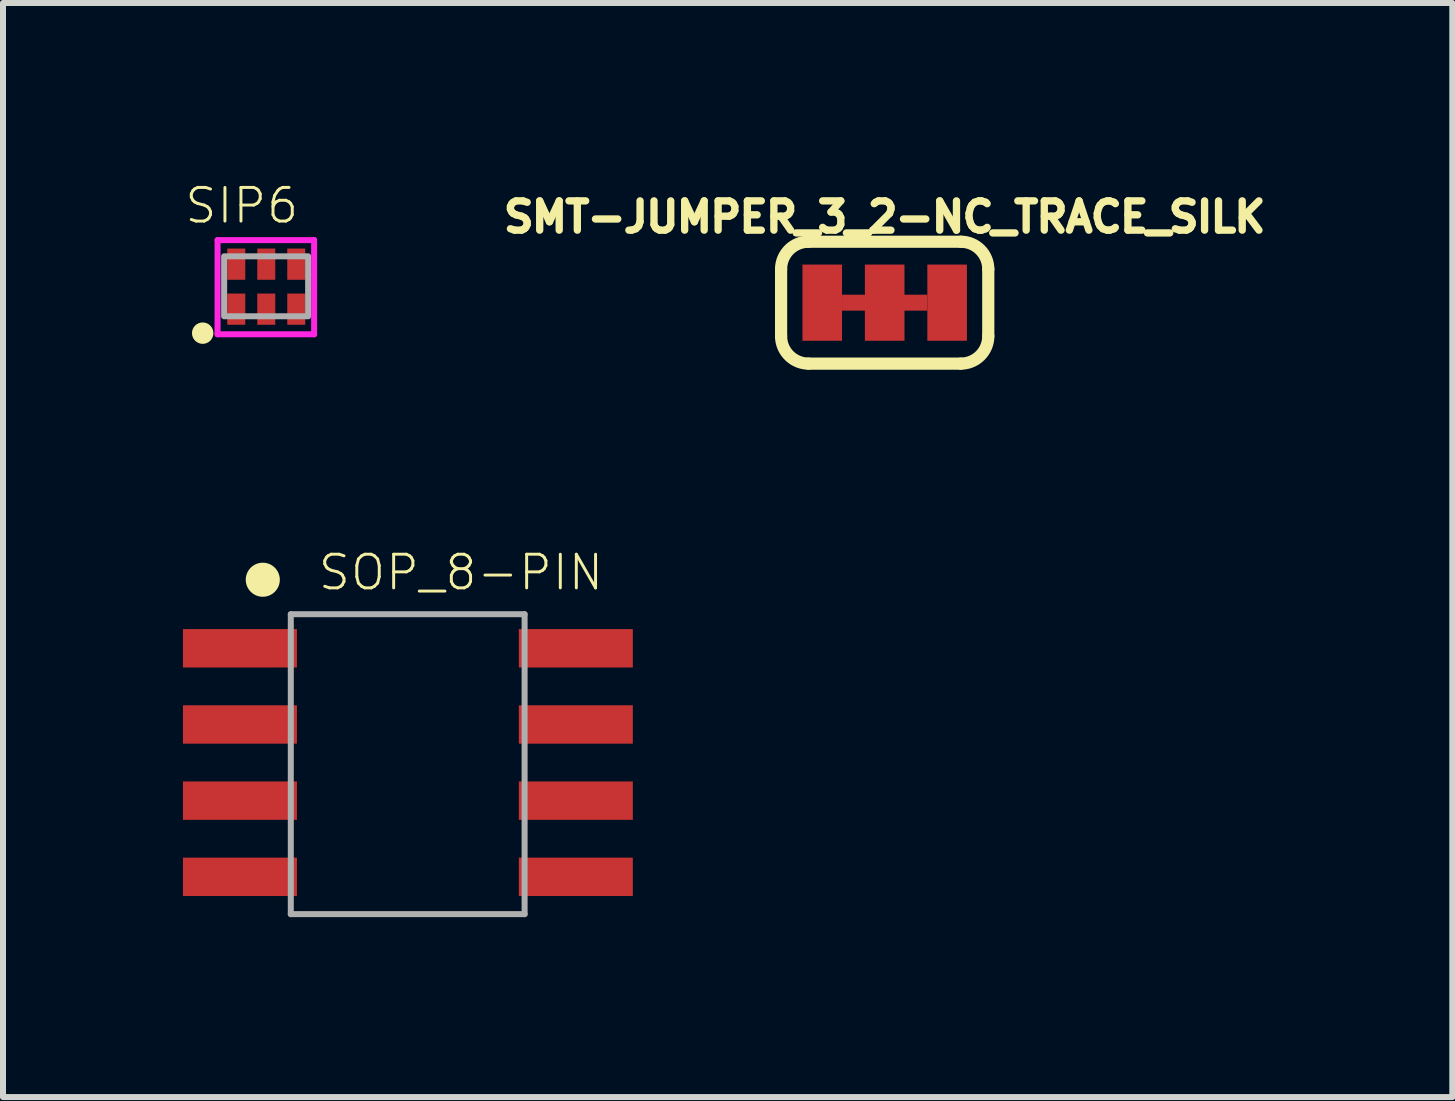
<source format=kicad_pcb>
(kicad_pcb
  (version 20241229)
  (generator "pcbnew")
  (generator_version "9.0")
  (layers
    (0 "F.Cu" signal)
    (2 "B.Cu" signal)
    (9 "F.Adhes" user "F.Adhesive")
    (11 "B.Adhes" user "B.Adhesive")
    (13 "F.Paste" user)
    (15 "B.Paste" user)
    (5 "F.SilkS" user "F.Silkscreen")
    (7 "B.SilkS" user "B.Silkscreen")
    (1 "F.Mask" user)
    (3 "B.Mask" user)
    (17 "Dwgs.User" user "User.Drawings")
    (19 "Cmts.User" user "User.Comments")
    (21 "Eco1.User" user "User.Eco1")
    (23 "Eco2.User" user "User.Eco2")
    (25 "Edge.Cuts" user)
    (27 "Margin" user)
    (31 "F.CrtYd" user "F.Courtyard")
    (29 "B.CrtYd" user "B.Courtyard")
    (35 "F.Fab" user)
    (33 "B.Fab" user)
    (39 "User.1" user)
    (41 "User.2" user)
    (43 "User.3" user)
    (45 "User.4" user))
  (footprint "SOP_8-PIN"
    (layer "F.Cu")
    (at 3.871 9.79)
    (property "Reference" "SOP_8-PIN" (at -1.646 -2.968 0) (layer "F.SilkS") (effects (font (size 0.561 0.561) (thickness 0.049)) (justify left bottom)))
    (fp_circle (center -2.54 -3.175) (end -2.398 -3.175) (stroke (width 0.284) (type solid)) (fill yes) (layer "F.SilkS"))
    (fp_line (start -2.073 -2.6) (end -2.073 2.4) (stroke (width 0.1) (type solid)) (layer "F.Fab"))
    (fp_line (start -2.073 2.4) (end 1.825 2.4) (stroke (width 0.1) (type solid)) (layer "F.Fab"))
    (fp_line (start 1.825 -2.6) (end -2.073 -2.6) (stroke (width 0.1) (type solid)) (layer "F.Fab"))
    (fp_line (start 1.825 2.4) (end 1.825 -2.6) (stroke (width 0.1) (type solid)) (layer "F.Fab"))
    (pad "P1" smd rect (at -2.921 -2.032) (size 1.9 0.64) (layers "F.Cu" "F.Mask" "F.Paste"))
    (pad "P2" smd rect (at -2.921 -0.762) (size 1.9 0.64) (layers "F.Cu" "F.Mask" "F.Paste"))
    (pad "P3" smd rect (at -2.921 0.508) (size 1.9 0.64) (layers "F.Cu" "F.Mask" "F.Paste"))
    (pad "P4" smd rect (at -2.921 1.778) (size 1.9 0.64) (layers "F.Cu" "F.Mask" "F.Paste"))
    (pad "P5" smd rect (at 2.679 1.778) (size 1.9 0.64) (layers "F.Cu" "F.Mask" "F.Paste"))
    (pad "P6" smd rect (at 2.679 0.508) (size 1.9 0.64) (layers "F.Cu" "F.Mask" "F.Paste"))
    (pad "P7" smd rect (at 2.679 -0.762) (size 1.9 0.64) (layers "F.Cu" "F.Mask" "F.Paste"))
    (pad "P8" smd rect (at 2.679 -2.032) (size 1.9 0.64) (layers "F.Cu" "F.Mask" "F.Paste")))
  (footprint "SMT-JUMPER_3_2-NC_TRACE_SILK"
    (layer "F.Cu")
    (at 11.699 1.996)
    (property "Reference" "SMT-JUMPER_3_2-NC_TRACE_SILK" (at 0 -1.143 0) (layer "F.SilkS") (effects (font (size 0.488 0.488) (thickness 0.122)) (justify bottom)))
    (fp_poly (pts (xy 0.711 0.133) (xy -0.711 0.133) (xy -0.711 -0.133) (xy 0.711 -0.133)) (stroke (width 0) (type solid)) (fill yes) (layer "F.Cu"))
    (fp_poly (pts (xy -0.254 0.191) (xy -0.762 0.191) (xy -0.762 -0.191) (xy -0.254 -0.191)) (stroke (width 0) (type solid)) (fill yes) (layer "F.Mask"))
    (fp_poly (pts (xy 0.762 0.191) (xy 0.254 0.191) (xy 0.254 -0.191) (xy 0.762 -0.191)) (stroke (width 0) (type solid)) (fill yes) (layer "F.Mask"))
    (fp_line (start -1.727 0.559) (end -1.727 -0.559) (stroke (width 0.203) (type solid)) (layer "F.SilkS"))
    (fp_line (start -1.27 -1.016) (end 1.27 -1.016) (stroke (width 0.203) (type solid)) (layer "F.SilkS"))
    (fp_line (start 1.27 1.016) (end -1.27 1.016) (stroke (width 0.203) (type solid)) (layer "F.SilkS"))
    (fp_line (start 1.727 0.559) (end 1.727 -0.559) (stroke (width 0.203) (type solid)) (layer "F.SilkS"))
    (fp_arc (start -1.7272 -0.5588) (mid -1.593289 -0.882089) (end -1.27 -1.016) (stroke (width 0.2032) (type solid)) (layer "F.SilkS"))
    (fp_arc (start -1.27 1.016) (mid -1.593289 0.882089) (end -1.7272 0.5588) (stroke (width 0.2032) (type solid)) (layer "F.SilkS"))
    (fp_arc (start 1.27 -1.016) (mid 1.593289 -0.882089) (end 1.7272 -0.5588) (stroke (width 0.2032) (type solid)) (layer "F.SilkS"))
    (fp_arc (start 1.7272 0.5588) (mid 1.593289 0.882089) (end 1.27 1.016) (stroke (width 0.2032) (type solid)) (layer "F.SilkS"))
    (pad "1" smd rect (at -1.041 0) (size 0.66 1.27) (layers "F.Cu" "F.Mask"))
    (pad "2" smd rect (at 0 0) (size 0.66 1.27) (layers "F.Cu" "F.Mask"))
    (pad "3" smd rect (at 1.041 0) (size 0.66 1.27) (layers "F.Cu" "F.Mask")))
  (footprint "SIP6"
    (layer "F.Cu")
    (at 1.397 1.723)
    (property "Reference" "SIP6" (at -1.397 -1.016 0) (layer "F.SilkS") (effects (font (size 0.561 0.561) (thickness 0.049)) (justify left bottom)))
    (fp_poly (pts (xy -0.708 -0.039) (xy -0.308 -0.039) (xy -0.308 -0.659) (xy -0.708 -0.659)) (stroke (width 0) (type solid)) (fill yes) (layer "F.Mask"))
    (fp_poly (pts (xy -0.708 0.681) (xy -0.308 0.681) (xy -0.308 0.061) (xy -0.708 0.061)) (stroke (width 0) (type solid)) (fill yes) (layer "F.Mask"))
    (fp_poly (pts (xy -0.208 -0.039) (xy 0.192 -0.039) (xy 0.192 -0.659) (xy -0.208 -0.659)) (stroke (width 0) (type solid)) (fill yes) (layer "F.Mask"))
    (fp_poly (pts (xy -0.208 0.681) (xy 0.192 0.681) (xy 0.192 0.061) (xy -0.208 0.061)) (stroke (width 0) (type solid)) (fill yes) (layer "F.Mask"))
    (fp_poly (pts (xy 0.292 -0.039) (xy 0.692 -0.039) (xy 0.692 -0.659) (xy 0.292 -0.659)) (stroke (width 0) (type solid)) (fill yes) (layer "F.Mask"))
    (fp_poly (pts (xy 0.292 0.681) (xy 0.692 0.681) (xy 0.692 0.061) (xy 0.292 0.061)) (stroke (width 0) (type solid)) (fill yes) (layer "F.Mask"))
    (fp_circle (center -1.068 0.781) (end -0.979 0.781) (stroke (width 0.179) (type solid)) (fill yes) (layer "F.SilkS"))
    (fp_poly (pts (xy -0.628 -0.159) (xy -0.388 -0.159) (xy -0.388 -0.599) (xy -0.628 -0.599)) (stroke (width 0) (type solid)) (fill yes) (layer "F.Paste"))
    (fp_poly (pts (xy -0.628 0.601) (xy -0.388 0.601) (xy -0.388 0.161) (xy -0.628 0.161)) (stroke (width 0) (type solid)) (fill yes) (layer "F.Paste"))
    (fp_poly (pts (xy -0.128 -0.159) (xy 0.112 -0.159) (xy 0.112 -0.599) (xy -0.128 -0.599)) (stroke (width 0) (type solid)) (fill yes) (layer "F.Paste"))
    (fp_poly (pts (xy -0.128 0.601) (xy 0.112 0.601) (xy 0.112 0.161) (xy -0.128 0.161)) (stroke (width 0) (type solid)) (fill yes) (layer "F.Paste"))
    (fp_poly (pts (xy 0.372 -0.159) (xy 0.612 -0.159) (xy 0.612 -0.599) (xy 0.372 -0.599)) (stroke (width 0) (type solid)) (fill yes) (layer "F.Paste"))
    (fp_poly (pts (xy 0.372 0.601) (xy 0.612 0.601) (xy 0.612 0.161) (xy 0.372 0.161)) (stroke (width 0) (type solid)) (fill yes) (layer "F.Paste"))
    (fp_line (start -0.82 -0.77) (end -0.82 0.8) (stroke (width 0.1) (type solid)) (layer "F.CrtYd"))
    (fp_line (start -0.82 0.8) (end 0.79 0.8) (stroke (width 0.1) (type solid)) (layer "F.CrtYd"))
    (fp_line (start 0.79 -0.77) (end -0.82 -0.77) (stroke (width 0.1) (type solid)) (layer "F.CrtYd"))
    (fp_line (start 0.79 0.8) (end 0.79 -0.77) (stroke (width 0.1) (type solid)) (layer "F.CrtYd"))
    (fp_poly (pts (xy -0.71 0.5) (xy 0.69 0.5) (xy 0.69 -0.5) (xy -0.71 -0.5)) (stroke (width 0.1) (type solid)) (fill no) (layer "F.Fab"))
    (pad "P1" smd rect (at -0.508 0.381 180) (size 0.3 0.52) (layers "F.Cu"))
    (pad "P2" smd rect (at -0.008 0.381 180) (size 0.3 0.52) (layers "F.Cu"))
    (pad "P3" smd rect (at 0.492 0.381 180) (size 0.3 0.52) (layers "F.Cu"))
    (pad "P4" smd rect (at 0.492 -0.369 180) (size 0.3 0.52) (layers "F.Cu"))
    (pad "P5" smd rect (at -0.008 -0.369 180) (size 0.3 0.52) (layers "F.Cu"))
    (pad "P6" smd rect (at -0.508 -0.369 180) (size 0.3 0.52) (layers "F.Cu")))
  (gr_rect
    (start -3 -3)
    (end 21.162 15.24)
    (stroke (width 0.1) (type default))
    (fill no)
    (layer "Edge.Cuts")))
</source>
